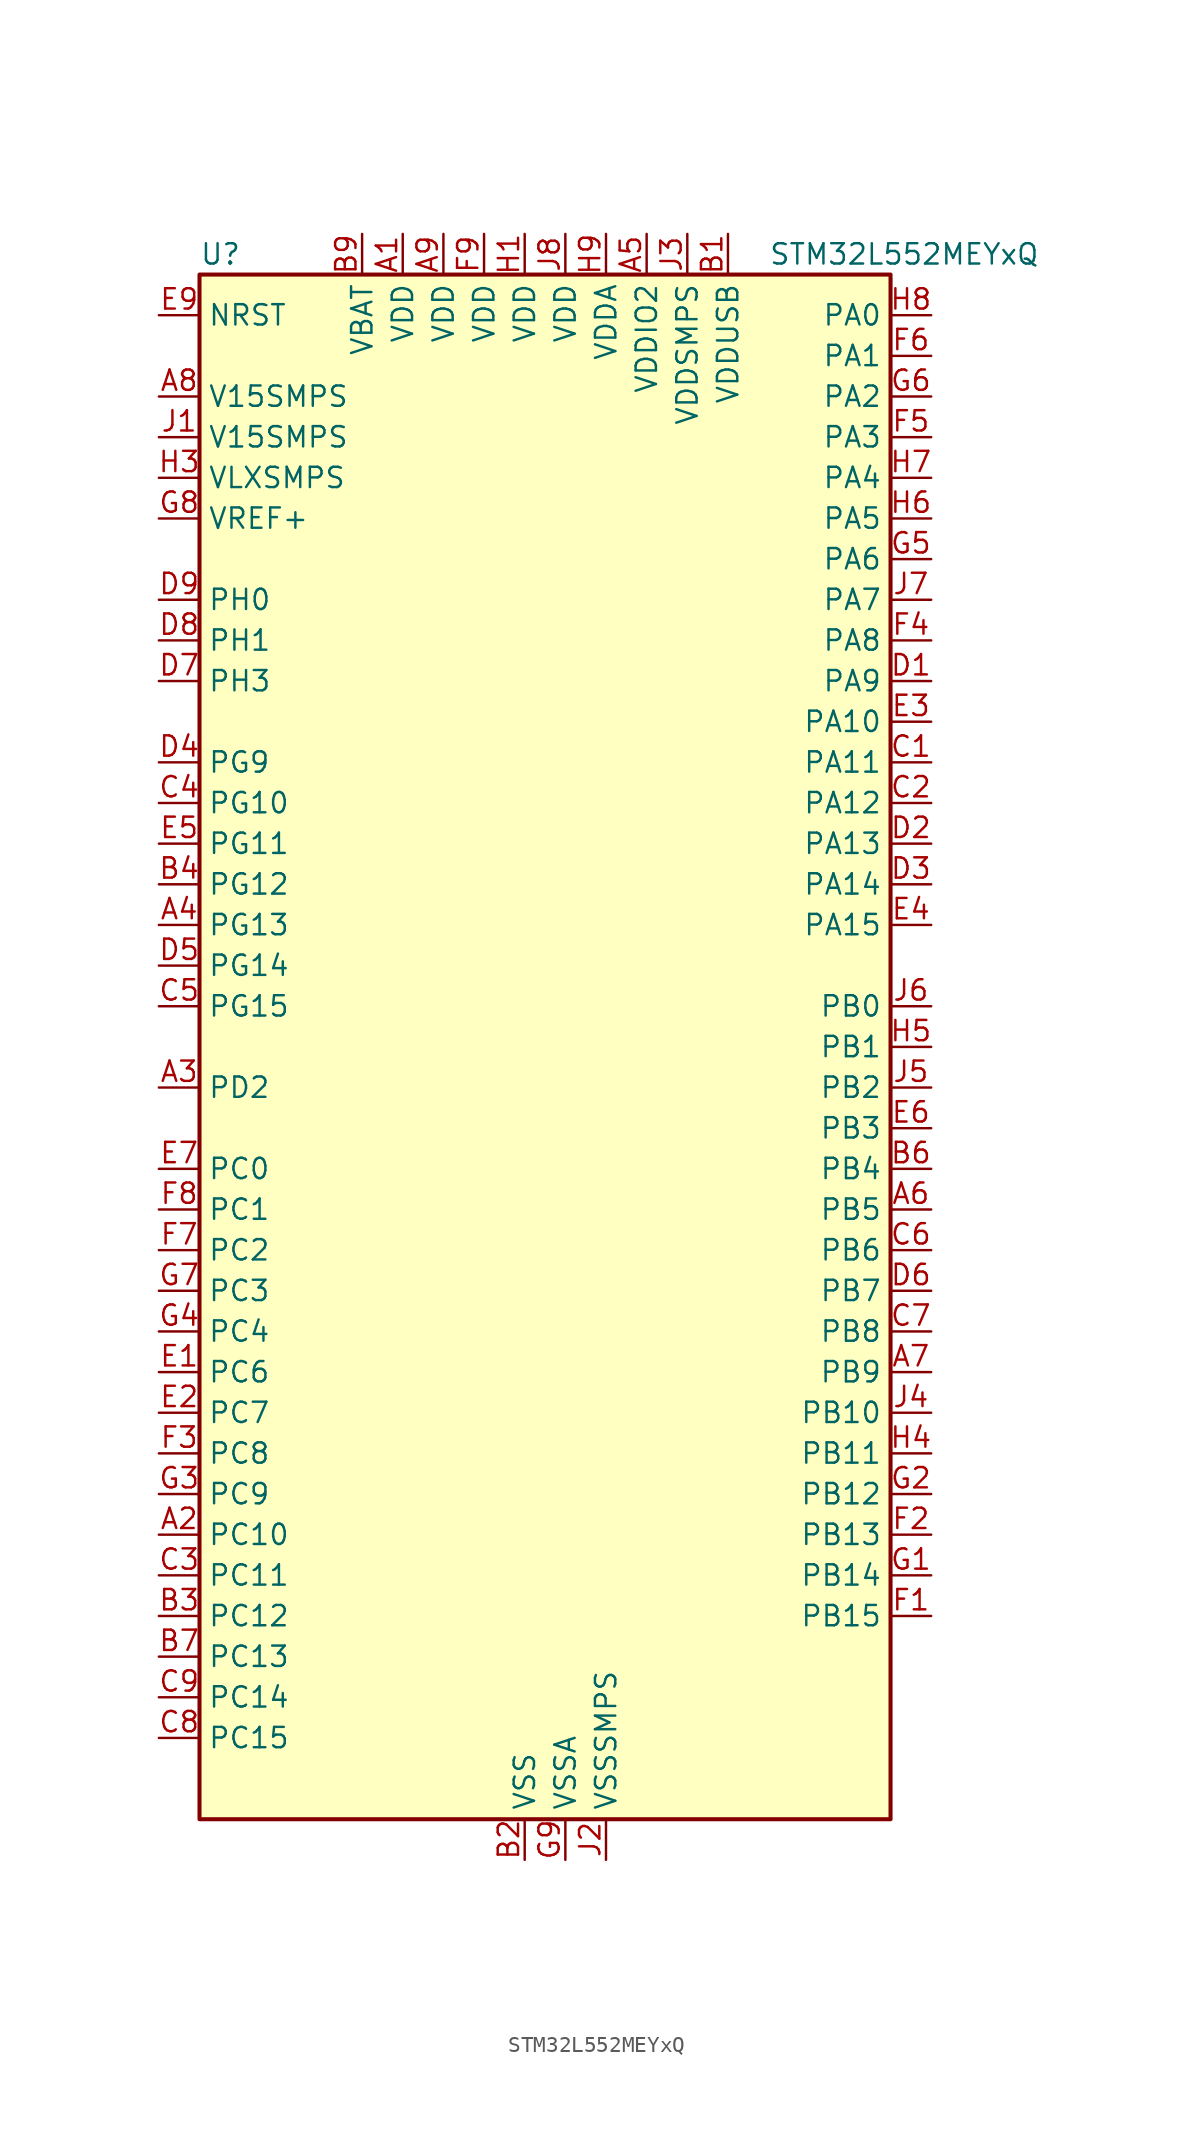
<source format=kicad_sym>
(kicad_symbol_lib
  (version 20231120)
  (generator "kicad_symbol_editor")
  (generator_version "8.0")
  (symbol "STM32L552MEYxQ"
    (property "Reference" "U"
      (at -20.32 49.53 0)
      (effects (font (size 1.27 1.27)) (justify left)))
    (property "Value" "STM32L552MEYxQ"
      (at 15.24 49.53 0)
      (effects (font (size 1.27 1.27)) (justify left)))
    (property "ki_locked" ""
      (at 0 0 0)
      (effects (font (size 1.27 1.27))))
    (symbol "STM32L552MEYxQ_0_1"
      (rectangle (start -20.32 -48.26) (end 22.86 48.26) (stroke (width 0.254) (type default)) (fill (type background))))
    (symbol "STM32L552MEYxQ_1_1"
      (pin power_in line (at -7.62 50.8 270) (length 2.54) (name "VDD" (effects (font (size 1.27 1.27)))) (number "A1" (effects (font (size 1.27 1.27)))))
      (pin bidirectional line (at -22.86 -30.48 0) (length 2.54) (name "PC10" (effects (font (size 1.27 1.27)))) (number "A2" (effects (font (size 1.27 1.27)))) (alternate "DEBUG_TRACED1" bidirectional line) (alternate "LPTIM3_ETR" bidirectional line) (alternate "SAI2_SCK_B" bidirectional line) (alternate "SDMMC1_D2" bidirectional line) (alternate "SPI3_SCK" bidirectional line) (alternate "TSC_G3_IO2" bidirectional line) (alternate "UART4_TX" bidirectional line) (alternate "USART3_TX" bidirectional line))
      (pin bidirectional line (at -22.86 -2.54 0) (length 2.54) (name "PD2" (effects (font (size 1.27 1.27)))) (number "A3" (effects (font (size 1.27 1.27)))) (alternate "DEBUG_TRACED2" bidirectional line) (alternate "SDMMC1_CMD" bidirectional line) (alternate "TIM3_ETR" bidirectional line) (alternate "TSC_SYNC" bidirectional line) (alternate "UART5_RX" bidirectional line) (alternate "USART3_DE" bidirectional line) (alternate "USART3_RTS" bidirectional line))
      (pin bidirectional line (at -22.86 7.62 0) (length 2.54) (name "PG13" (effects (font (size 1.27 1.27)))) (number "A4" (effects (font (size 1.27 1.27)))) (alternate "I2C1_SDA" bidirectional line) (alternate "USART1_CK" bidirectional line))
      (pin power_in line (at 7.62 50.8 270) (length 2.54) (name "VDDIO2" (effects (font (size 1.27 1.27)))) (number "A5" (effects (font (size 1.27 1.27)))))
      (pin bidirectional line (at 25.4 -10.16 180) (length 2.54) (name "PB5" (effects (font (size 1.27 1.27)))) (number "A6" (effects (font (size 1.27 1.27)))) (alternate "COMP2_OUT" bidirectional line) (alternate "I2C1_SMBA" bidirectional line) (alternate "LPTIM1_IN1" bidirectional line) (alternate "OCTOSPI1_NCLK" bidirectional line) (alternate "SAI1_SD_B" bidirectional line) (alternate "SPI1_MOSI" bidirectional line) (alternate "SPI3_MOSI" bidirectional line) (alternate "TIM16_BKIN" bidirectional line) (alternate "TIM3_CH2" bidirectional line) (alternate "TSC_G2_IO2" bidirectional line) (alternate "UART5_CTS" bidirectional line) (alternate "UCPD1_DBCC1" bidirectional line) (alternate "USART1_CK" bidirectional line))
      (pin bidirectional line (at 25.4 -20.32 180) (length 2.54) (name "PB9" (effects (font (size 1.27 1.27)))) (number "A7" (effects (font (size 1.27 1.27)))) (alternate "DAC1_EXTI9" bidirectional line) (alternate "FDCAN1_TX" bidirectional line) (alternate "I2C1_SDA" bidirectional line) (alternate "IR_OUT" bidirectional line) (alternate "SAI1_D2" bidirectional line) (alternate "SAI1_FS_A" bidirectional line) (alternate "SDMMC1_CDIR" bidirectional line) (alternate "SDMMC1_D5" bidirectional line) (alternate "SPI2_NSS" bidirectional line) (alternate "TIM17_CH1" bidirectional line) (alternate "TIM4_CH4" bidirectional line))
      (pin power_in line (at -22.86 40.64 0) (length 2.54) (name "V15SMPS" (effects (font (size 1.27 1.27)))) (number "A8" (effects (font (size 1.27 1.27)))))
      (pin power_in line (at -5.08 50.8 270) (length 2.54) (name "VDD" (effects (font (size 1.27 1.27)))) (number "A9" (effects (font (size 1.27 1.27)))))
      (pin power_in line (at 12.7 50.8 270) (length 2.54) (name "VDDUSB" (effects (font (size 1.27 1.27)))) (number "B1" (effects (font (size 1.27 1.27)))))
      (pin power_in line (at 0 -50.8 90) (length 2.54) (name "VSS" (effects (font (size 1.27 1.27)))) (number "B2" (effects (font (size 1.27 1.27)))))
      (pin bidirectional line (at -22.86 -35.56 0) (length 2.54) (name "PC12" (effects (font (size 1.27 1.27)))) (number "B3" (effects (font (size 1.27 1.27)))) (alternate "DEBUG_TRACED3" bidirectional line) (alternate "SAI2_SD_B" bidirectional line) (alternate "SDMMC1_CK" bidirectional line) (alternate "SPI3_MOSI" bidirectional line) (alternate "TSC_G3_IO4" bidirectional line) (alternate "UART5_TX" bidirectional line) (alternate "USART3_CK" bidirectional line))
      (pin bidirectional line (at -22.86 10.16 0) (length 2.54) (name "PG12" (effects (font (size 1.27 1.27)))) (number "B4" (effects (font (size 1.27 1.27)))) (alternate "LPTIM1_ETR" bidirectional line) (alternate "SAI2_SD_A" bidirectional line) (alternate "SPI3_NSS" bidirectional line) (alternate "USART1_DE" bidirectional line) (alternate "USART1_RTS" bidirectional line))
      (pin passive line (at 0 -50.8 90) (length 2.54) hide (name "VSS" (effects (font (size 1.27 1.27)))) (number "B5" (effects (font (size 1.27 1.27)))))
      (pin bidirectional line (at 25.4 -7.62 180) (length 2.54) (name "PB4" (effects (font (size 1.27 1.27)))) (number "B6" (effects (font (size 1.27 1.27)))) (alternate "COMP2_INP" bidirectional line) (alternate "DEBUG_JTRST" bidirectional line) (alternate "I2C3_SDA" bidirectional line) (alternate "SAI1_MCLK_B" bidirectional line) (alternate "SPI1_MISO" bidirectional line) (alternate "SPI3_MISO" bidirectional line) (alternate "TIM17_BKIN" bidirectional line) (alternate "TIM3_CH1" bidirectional line) (alternate "TSC_G2_IO1" bidirectional line) (alternate "UART5_DE" bidirectional line) (alternate "UART5_RTS" bidirectional line) (alternate "USART1_CTS" bidirectional line) (alternate "USART1_NSS" bidirectional line))
      (pin bidirectional line (at -22.86 -38.1 0) (length 2.54) (name "PC13" (effects (font (size 1.27 1.27)))) (number "B7" (effects (font (size 1.27 1.27)))) (alternate "PWR_WKUP2" bidirectional line) (alternate "RTC_OUT1" bidirectional line) (alternate "RTC_TS" bidirectional line) (alternate "TAMP_IN1" bidirectional line) (alternate "TAMP_OUT2" bidirectional line))
      (pin passive line (at 0 -50.8 90) (length 2.54) hide (name "VSS" (effects (font (size 1.27 1.27)))) (number "B8" (effects (font (size 1.27 1.27)))))
      (pin power_in line (at -10.16 50.8 270) (length 2.54) (name "VBAT" (effects (font (size 1.27 1.27)))) (number "B9" (effects (font (size 1.27 1.27)))))
      (pin bidirectional line (at 25.4 17.78 180) (length 2.54) (name "PA11" (effects (font (size 1.27 1.27)))) (number "C1" (effects (font (size 1.27 1.27)))) (alternate "ADC1_EXTI11" bidirectional line) (alternate "ADC2_EXTI11" bidirectional line) (alternate "FDCAN1_RX" bidirectional line) (alternate "SPI1_MISO" bidirectional line) (alternate "TIM1_BKIN2" bidirectional line) (alternate "TIM1_CH4" bidirectional line) (alternate "USART1_CTS" bidirectional line) (alternate "USART1_NSS" bidirectional line) (alternate "USB_DM" bidirectional line))
      (pin bidirectional line (at 25.4 15.24 180) (length 2.54) (name "PA12" (effects (font (size 1.27 1.27)))) (number "C2" (effects (font (size 1.27 1.27)))) (alternate "FDCAN1_TX" bidirectional line) (alternate "SPI1_MOSI" bidirectional line) (alternate "TIM1_ETR" bidirectional line) (alternate "USART1_DE" bidirectional line) (alternate "USART1_RTS" bidirectional line) (alternate "USB_DP" bidirectional line))
      (pin bidirectional line (at -22.86 -33.02 0) (length 2.54) (name "PC11" (effects (font (size 1.27 1.27)))) (number "C3" (effects (font (size 1.27 1.27)))) (alternate "ADC1_EXTI11" bidirectional line) (alternate "ADC2_EXTI11" bidirectional line) (alternate "LPTIM3_IN1" bidirectional line) (alternate "OCTOSPI1_NCS" bidirectional line) (alternate "SAI2_MCLK_B" bidirectional line) (alternate "SDMMC1_D3" bidirectional line) (alternate "SPI3_MISO" bidirectional line) (alternate "TSC_G3_IO3" bidirectional line) (alternate "UART4_RX" bidirectional line) (alternate "UCPD1_FRSTX2" bidirectional line) (alternate "USART3_RX" bidirectional line))
      (pin bidirectional line (at -22.86 15.24 0) (length 2.54) (name "PG10" (effects (font (size 1.27 1.27)))) (number "C4" (effects (font (size 1.27 1.27)))) (alternate "LPTIM1_IN1" bidirectional line) (alternate "SAI2_FS_A" bidirectional line) (alternate "SPI3_MISO" bidirectional line) (alternate "TIM15_CH1" bidirectional line) (alternate "USART1_RX" bidirectional line))
      (pin bidirectional line (at -22.86 2.54 0) (length 2.54) (name "PG15" (effects (font (size 1.27 1.27)))) (number "C5" (effects (font (size 1.27 1.27)))) (alternate "ADC1_EXTI15" bidirectional line) (alternate "ADC2_EXTI15" bidirectional line) (alternate "I2C1_SMBA" bidirectional line) (alternate "LPTIM1_OUT" bidirectional line))
      (pin bidirectional line (at 25.4 -12.7 180) (length 2.54) (name "PB6" (effects (font (size 1.27 1.27)))) (number "C6" (effects (font (size 1.27 1.27)))) (alternate "COMP2_INP" bidirectional line) (alternate "I2C1_SCL" bidirectional line) (alternate "I2C4_SCL" bidirectional line) (alternate "LPTIM1_ETR" bidirectional line) (alternate "SAI1_FS_B" bidirectional line) (alternate "TIM16_CH1N" bidirectional line) (alternate "TIM4_CH1" bidirectional line) (alternate "TIM8_BKIN2" bidirectional line) (alternate "TSC_G2_IO3" bidirectional line) (alternate "USART1_TX" bidirectional line))
      (pin bidirectional line (at 25.4 -17.78 180) (length 2.54) (name "PB8" (effects (font (size 1.27 1.27)))) (number "C7" (effects (font (size 1.27 1.27)))) (alternate "DFSDM1_CKOUT" bidirectional line) (alternate "FDCAN1_RX" bidirectional line) (alternate "I2C1_SCL" bidirectional line) (alternate "SAI1_CK1" bidirectional line) (alternate "SAI1_MCLK_A" bidirectional line) (alternate "SDMMC1_CKIN" bidirectional line) (alternate "SDMMC1_D4" bidirectional line) (alternate "TIM16_CH1" bidirectional line) (alternate "TIM4_CH3" bidirectional line))
      (pin bidirectional line (at -22.86 -43.18 0) (length 2.54) (name "PC15" (effects (font (size 1.27 1.27)))) (number "C8" (effects (font (size 1.27 1.27)))) (alternate "ADC1_EXTI15" bidirectional line) (alternate "ADC2_EXTI15" bidirectional line) (alternate "RCC_OSC32_OUT" bidirectional line))
      (pin bidirectional line (at -22.86 -40.64 0) (length 2.54) (name "PC14" (effects (font (size 1.27 1.27)))) (number "C9" (effects (font (size 1.27 1.27)))) (alternate "RCC_OSC32_IN" bidirectional line))
      (pin bidirectional line (at 25.4 22.86 180) (length 2.54) (name "PA9" (effects (font (size 1.27 1.27)))) (number "D1" (effects (font (size 1.27 1.27)))) (alternate "DAC1_EXTI9" bidirectional line) (alternate "SAI1_FS_A" bidirectional line) (alternate "SPI2_SCK" bidirectional line) (alternate "TIM15_BKIN" bidirectional line) (alternate "TIM1_CH2" bidirectional line) (alternate "USART1_TX" bidirectional line))
      (pin bidirectional line (at 25.4 12.7 180) (length 2.54) (name "PA13" (effects (font (size 1.27 1.27)))) (number "D2" (effects (font (size 1.27 1.27)))) (alternate "DEBUG_JTMS-SWDIO" bidirectional line) (alternate "IR_OUT" bidirectional line) (alternate "SAI1_SD_B" bidirectional line) (alternate "USB_NOE" bidirectional line))
      (pin bidirectional line (at 25.4 10.16 180) (length 2.54) (name "PA14" (effects (font (size 1.27 1.27)))) (number "D3" (effects (font (size 1.27 1.27)))) (alternate "DEBUG_JTCK-SWCLK" bidirectional line) (alternate "I2C1_SMBA" bidirectional line) (alternate "I2C4_SMBA" bidirectional line) (alternate "LPTIM1_OUT" bidirectional line) (alternate "SAI1_FS_B" bidirectional line))
      (pin bidirectional line (at -22.86 17.78 0) (length 2.54) (name "PG9" (effects (font (size 1.27 1.27)))) (number "D4" (effects (font (size 1.27 1.27)))) (alternate "DAC1_EXTI9" bidirectional line) (alternate "SAI2_SCK_A" bidirectional line) (alternate "SPI3_SCK" bidirectional line) (alternate "TIM15_CH1N" bidirectional line) (alternate "USART1_TX" bidirectional line))
      (pin bidirectional line (at -22.86 5.08 0) (length 2.54) (name "PG14" (effects (font (size 1.27 1.27)))) (number "D5" (effects (font (size 1.27 1.27)))) (alternate "I2C1_SCL" bidirectional line))
      (pin bidirectional line (at 25.4 -15.24 180) (length 2.54) (name "PB7" (effects (font (size 1.27 1.27)))) (number "D6" (effects (font (size 1.27 1.27)))) (alternate "COMP2_INM" bidirectional line) (alternate "I2C1_SDA" bidirectional line) (alternate "I2C4_SDA" bidirectional line) (alternate "LPTIM1_IN2" bidirectional line) (alternate "PWR_PVD_IN" bidirectional line) (alternate "TIM17_CH1N" bidirectional line) (alternate "TIM4_CH2" bidirectional line) (alternate "TIM8_BKIN" bidirectional line) (alternate "TSC_G2_IO4" bidirectional line) (alternate "UART4_CTS" bidirectional line) (alternate "USART1_RX" bidirectional line))
      (pin bidirectional line (at -22.86 22.86 0) (length 2.54) (name "PH3" (effects (font (size 1.27 1.27)))) (number "D7" (effects (font (size 1.27 1.27)))))
      (pin bidirectional line (at -22.86 25.4 0) (length 2.54) (name "PH1" (effects (font (size 1.27 1.27)))) (number "D8" (effects (font (size 1.27 1.27)))) (alternate "RCC_OSC_OUT" bidirectional line))
      (pin bidirectional line (at -22.86 27.94 0) (length 2.54) (name "PH0" (effects (font (size 1.27 1.27)))) (number "D9" (effects (font (size 1.27 1.27)))) (alternate "RCC_OSC_IN" bidirectional line))
      (pin bidirectional line (at -22.86 -20.32 0) (length 2.54) (name "PC6" (effects (font (size 1.27 1.27)))) (number "E1" (effects (font (size 1.27 1.27)))) (alternate "DFSDM1_CKIN3" bidirectional line) (alternate "SAI2_MCLK_A" bidirectional line) (alternate "SDMMC1_D0DIR" bidirectional line) (alternate "SDMMC1_D6" bidirectional line) (alternate "TIM3_CH1" bidirectional line) (alternate "TIM8_CH1" bidirectional line) (alternate "TSC_G4_IO1" bidirectional line))
      (pin bidirectional line (at -22.86 -22.86 0) (length 2.54) (name "PC7" (effects (font (size 1.27 1.27)))) (number "E2" (effects (font (size 1.27 1.27)))) (alternate "DFSDM1_DATIN3" bidirectional line) (alternate "SAI2_MCLK_B" bidirectional line) (alternate "SDMMC1_D123DIR" bidirectional line) (alternate "SDMMC1_D7" bidirectional line) (alternate "TIM3_CH2" bidirectional line) (alternate "TIM8_CH2" bidirectional line) (alternate "TSC_G4_IO2" bidirectional line))
      (pin bidirectional line (at 25.4 20.32 180) (length 2.54) (name "PA10" (effects (font (size 1.27 1.27)))) (number "E3" (effects (font (size 1.27 1.27)))) (alternate "CRS_SYNC" bidirectional line) (alternate "SAI1_D1" bidirectional line) (alternate "SAI1_SD_A" bidirectional line) (alternate "TIM17_BKIN" bidirectional line) (alternate "TIM1_CH3" bidirectional line) (alternate "USART1_RX" bidirectional line))
      (pin bidirectional line (at 25.4 7.62 180) (length 2.54) (name "PA15" (effects (font (size 1.27 1.27)))) (number "E4" (effects (font (size 1.27 1.27)))) (alternate "ADC1_EXTI15" bidirectional line) (alternate "ADC2_EXTI15" bidirectional line) (alternate "DEBUG_JTDI" bidirectional line) (alternate "SAI2_FS_B" bidirectional line) (alternate "SPI1_NSS" bidirectional line) (alternate "SPI3_NSS" bidirectional line) (alternate "TIM2_CH1" bidirectional line) (alternate "TIM2_ETR" bidirectional line) (alternate "UART4_DE" bidirectional line) (alternate "UART4_RTS" bidirectional line) (alternate "UCPD1_CC1" bidirectional line) (alternate "USART2_RX" bidirectional line) (alternate "USART3_DE" bidirectional line) (alternate "USART3_RTS" bidirectional line))
      (pin bidirectional line (at -22.86 12.7 0) (length 2.54) (name "PG11" (effects (font (size 1.27 1.27)))) (number "E5" (effects (font (size 1.27 1.27)))) (alternate "ADC1_EXTI11" bidirectional line) (alternate "ADC2_EXTI11" bidirectional line) (alternate "LPTIM1_IN2" bidirectional line) (alternate "OCTOSPI1_IO5" bidirectional line) (alternate "SAI2_MCLK_A" bidirectional line) (alternate "SPI3_MOSI" bidirectional line) (alternate "TIM15_CH2" bidirectional line) (alternate "USART1_CTS" bidirectional line) (alternate "USART1_NSS" bidirectional line))
      (pin bidirectional line (at 25.4 -5.08 180) (length 2.54) (name "PB3" (effects (font (size 1.27 1.27)))) (number "E6" (effects (font (size 1.27 1.27)))) (alternate "COMP2_INM" bidirectional line) (alternate "CRS_SYNC" bidirectional line) (alternate "DEBUG_JTDO-SWO" bidirectional line) (alternate "SAI1_SCK_B" bidirectional line) (alternate "SPI1_SCK" bidirectional line) (alternate "SPI3_SCK" bidirectional line) (alternate "TIM2_CH2" bidirectional line) (alternate "USART1_DE" bidirectional line) (alternate "USART1_RTS" bidirectional line))
      (pin bidirectional line (at -22.86 -7.62 0) (length 2.54) (name "PC0" (effects (font (size 1.27 1.27)))) (number "E7" (effects (font (size 1.27 1.27)))) (alternate "ADC1_IN1" bidirectional line) (alternate "ADC2_IN1" bidirectional line) (alternate "I2C3_SCL" bidirectional line) (alternate "LPTIM1_IN1" bidirectional line) (alternate "LPTIM2_IN1" bidirectional line) (alternate "LPUART1_RX" bidirectional line) (alternate "OCTOSPI1_IO7" bidirectional line) (alternate "SAI2_FS_A" bidirectional line) (alternate "SDMMC1_D5" bidirectional line))
      (pin passive line (at 0 -50.8 90) (length 2.54) hide (name "VSS" (effects (font (size 1.27 1.27)))) (number "E8" (effects (font (size 1.27 1.27)))))
      (pin input line (at -22.86 45.72 0) (length 2.54) (name "NRST" (effects (font (size 1.27 1.27)))) (number "E9" (effects (font (size 1.27 1.27)))))
      (pin bidirectional line (at 25.4 -35.56 180) (length 2.54) (name "PB15" (effects (font (size 1.27 1.27)))) (number "F1" (effects (font (size 1.27 1.27)))) (alternate "ADC1_EXTI15" bidirectional line) (alternate "ADC2_EXTI15" bidirectional line) (alternate "DFSDM1_CKIN2" bidirectional line) (alternate "RTC_REFIN" bidirectional line) (alternate "SAI2_SD_A" bidirectional line) (alternate "SPI2_MOSI" bidirectional line) (alternate "TIM15_CH2" bidirectional line) (alternate "TIM1_CH3N" bidirectional line) (alternate "TIM8_CH3N" bidirectional line) (alternate "UCPD1_CC2" bidirectional line))
      (pin bidirectional line (at 25.4 -30.48 180) (length 2.54) (name "PB13" (effects (font (size 1.27 1.27)))) (number "F2" (effects (font (size 1.27 1.27)))) (alternate "DFSDM1_CKIN1" bidirectional line) (alternate "I2C2_SCL" bidirectional line) (alternate "LPTIM3_IN1" bidirectional line) (alternate "LPUART1_CTS" bidirectional line) (alternate "SAI2_SCK_A" bidirectional line) (alternate "SPI2_SCK" bidirectional line) (alternate "TIM15_CH1N" bidirectional line) (alternate "TIM1_CH1N" bidirectional line) (alternate "TSC_G1_IO2" bidirectional line) (alternate "UCPD1_FRSTX2" bidirectional line) (alternate "USART3_CTS" bidirectional line) (alternate "USART3_NSS" bidirectional line))
      (pin bidirectional line (at -22.86 -25.4 0) (length 2.54) (name "PC8" (effects (font (size 1.27 1.27)))) (number "F3" (effects (font (size 1.27 1.27)))) (alternate "SDMMC1_D0" bidirectional line) (alternate "TIM3_CH3" bidirectional line) (alternate "TIM8_CH3" bidirectional line) (alternate "TSC_G4_IO3" bidirectional line))
      (pin bidirectional line (at 25.4 25.4 180) (length 2.54) (name "PA8" (effects (font (size 1.27 1.27)))) (number "F4" (effects (font (size 1.27 1.27)))) (alternate "LPTIM2_OUT" bidirectional line) (alternate "RCC_MCO" bidirectional line) (alternate "SAI1_CK2" bidirectional line) (alternate "SAI1_SCK_A" bidirectional line) (alternate "TIM1_CH1" bidirectional line) (alternate "USART1_CK" bidirectional line))
      (pin bidirectional line (at 25.4 38.1 180) (length 2.54) (name "PA3" (effects (font (size 1.27 1.27)))) (number "F5" (effects (font (size 1.27 1.27)))) (alternate "ADC1_IN8" bidirectional line) (alternate "ADC2_IN8" bidirectional line) (alternate "LPUART1_RX" bidirectional line) (alternate "OCTOSPI1_CLK" bidirectional line) (alternate "OPAMP1_VOUT" bidirectional line) (alternate "SAI1_CK1" bidirectional line) (alternate "SAI1_MCLK_A" bidirectional line) (alternate "TIM15_CH2" bidirectional line) (alternate "TIM2_CH4" bidirectional line) (alternate "TIM5_CH4" bidirectional line) (alternate "USART2_RX" bidirectional line))
      (pin bidirectional line (at 25.4 43.18 180) (length 2.54) (name "PA1" (effects (font (size 1.27 1.27)))) (number "F6" (effects (font (size 1.27 1.27)))) (alternate "ADC1_IN6" bidirectional line) (alternate "ADC2_IN6" bidirectional line) (alternate "I2C1_SMBA" bidirectional line) (alternate "OCTOSPI1_DQS" bidirectional line) (alternate "OPAMP1_VINM" bidirectional line) (alternate "SPI1_SCK" bidirectional line) (alternate "TAMP_IN5" bidirectional line) (alternate "TAMP_OUT4" bidirectional line) (alternate "TIM15_CH1N" bidirectional line) (alternate "TIM2_CH2" bidirectional line) (alternate "TIM5_CH2" bidirectional line) (alternate "UART4_RX" bidirectional line) (alternate "USART2_DE" bidirectional line) (alternate "USART2_RTS" bidirectional line))
      (pin bidirectional line (at -22.86 -12.7 0) (length 2.54) (name "PC2" (effects (font (size 1.27 1.27)))) (number "F7" (effects (font (size 1.27 1.27)))) (alternate "ADC1_IN3" bidirectional line) (alternate "ADC2_IN3" bidirectional line) (alternate "DFSDM1_CKOUT" bidirectional line) (alternate "LPTIM1_IN2" bidirectional line) (alternate "OCTOSPI1_IO5" bidirectional line) (alternate "SPI2_MISO" bidirectional line))
      (pin bidirectional line (at -22.86 -10.16 0) (length 2.54) (name "PC1" (effects (font (size 1.27 1.27)))) (number "F8" (effects (font (size 1.27 1.27)))) (alternate "ADC1_IN2" bidirectional line) (alternate "ADC2_IN2" bidirectional line) (alternate "DEBUG_TRACED0" bidirectional line) (alternate "I2C3_SDA" bidirectional line) (alternate "LPTIM1_OUT" bidirectional line) (alternate "LPUART1_TX" bidirectional line) (alternate "OCTOSPI1_IO4" bidirectional line) (alternate "SAI1_SD_A" bidirectional line) (alternate "SPI2_MOSI" bidirectional line))
      (pin power_in line (at -2.54 50.8 270) (length 2.54) (name "VDD" (effects (font (size 1.27 1.27)))) (number "F9" (effects (font (size 1.27 1.27)))))
      (pin bidirectional line (at 25.4 -33.02 180) (length 2.54) (name "PB14" (effects (font (size 1.27 1.27)))) (number "G1" (effects (font (size 1.27 1.27)))) (alternate "DFSDM1_DATIN2" bidirectional line) (alternate "I2C2_SDA" bidirectional line) (alternate "LPTIM3_ETR" bidirectional line) (alternate "SAI2_MCLK_A" bidirectional line) (alternate "SPI2_MISO" bidirectional line) (alternate "TIM15_CH1" bidirectional line) (alternate "TIM1_CH2N" bidirectional line) (alternate "TIM8_CH2N" bidirectional line) (alternate "TSC_G1_IO3" bidirectional line) (alternate "UCPD1_DBCC2" bidirectional line) (alternate "USART3_DE" bidirectional line) (alternate "USART3_RTS" bidirectional line))
      (pin bidirectional line (at 25.4 -27.94 180) (length 2.54) (name "PB12" (effects (font (size 1.27 1.27)))) (number "G2" (effects (font (size 1.27 1.27)))) (alternate "DFSDM1_DATIN1" bidirectional line) (alternate "I2C2_SMBA" bidirectional line) (alternate "LPUART1_DE" bidirectional line) (alternate "LPUART1_RTS" bidirectional line) (alternate "OCTOSPI1_NCLK" bidirectional line) (alternate "SAI2_FS_A" bidirectional line) (alternate "SPI2_NSS" bidirectional line) (alternate "TIM15_BKIN" bidirectional line) (alternate "TIM1_BKIN" bidirectional line) (alternate "TSC_G1_IO1" bidirectional line) (alternate "USART3_CK" bidirectional line))
      (pin bidirectional line (at -22.86 -27.94 0) (length 2.54) (name "PC9" (effects (font (size 1.27 1.27)))) (number "G3" (effects (font (size 1.27 1.27)))) (alternate "DAC1_EXTI9" bidirectional line) (alternate "DEBUG_TRACED0" bidirectional line) (alternate "SAI2_EXTCLK" bidirectional line) (alternate "SDMMC1_D1" bidirectional line) (alternate "TIM3_CH4" bidirectional line) (alternate "TIM8_BKIN2" bidirectional line) (alternate "TIM8_CH4" bidirectional line) (alternate "TSC_G4_IO4" bidirectional line) (alternate "USB_NOE" bidirectional line))
      (pin bidirectional line (at -22.86 -17.78 0) (length 2.54) (name "PC4" (effects (font (size 1.27 1.27)))) (number "G4" (effects (font (size 1.27 1.27)))) (alternate "ADC1_IN13" bidirectional line) (alternate "ADC2_IN13" bidirectional line) (alternate "COMP1_INM" bidirectional line) (alternate "OCTOSPI1_IO7" bidirectional line) (alternate "USART3_TX" bidirectional line))
      (pin bidirectional line (at 25.4 30.48 180) (length 2.54) (name "PA6" (effects (font (size 1.27 1.27)))) (number "G5" (effects (font (size 1.27 1.27)))) (alternate "ADC1_IN11" bidirectional line) (alternate "ADC2_IN11" bidirectional line) (alternate "LPUART1_CTS" bidirectional line) (alternate "OCTOSPI1_IO3" bidirectional line) (alternate "OPAMP2_VINP" bidirectional line) (alternate "SPI1_MISO" bidirectional line) (alternate "TIM16_CH1" bidirectional line) (alternate "TIM1_BKIN" bidirectional line) (alternate "TIM3_CH1" bidirectional line) (alternate "TIM8_BKIN" bidirectional line) (alternate "USART3_CTS" bidirectional line) (alternate "USART3_NSS" bidirectional line))
      (pin bidirectional line (at 25.4 40.64 180) (length 2.54) (name "PA2" (effects (font (size 1.27 1.27)))) (number "G6" (effects (font (size 1.27 1.27)))) (alternate "ADC1_IN7" bidirectional line) (alternate "ADC2_IN7" bidirectional line) (alternate "COMP1_INP" bidirectional line) (alternate "LPUART1_TX" bidirectional line) (alternate "OCTOSPI1_NCS" bidirectional line) (alternate "PWR_WKUP4" bidirectional line) (alternate "RCC_LSCO" bidirectional line) (alternate "SAI2_EXTCLK" bidirectional line) (alternate "TIM15_CH1" bidirectional line) (alternate "TIM2_CH3" bidirectional line) (alternate "TIM5_CH3" bidirectional line) (alternate "UCPD1_FRSTX1" bidirectional line) (alternate "USART2_TX" bidirectional line))
      (pin bidirectional line (at -22.86 -15.24 0) (length 2.54) (name "PC3" (effects (font (size 1.27 1.27)))) (number "G7" (effects (font (size 1.27 1.27)))) (alternate "ADC1_IN4" bidirectional line) (alternate "ADC2_IN4" bidirectional line) (alternate "LPTIM1_ETR" bidirectional line) (alternate "LPTIM2_ETR" bidirectional line) (alternate "LPTIM3_OUT" bidirectional line) (alternate "OCTOSPI1_IO6" bidirectional line) (alternate "SAI1_D1" bidirectional line) (alternate "SAI1_SD_A" bidirectional line) (alternate "SPI2_MOSI" bidirectional line))
      (pin input line (at -22.86 33.02 0) (length 2.54) (name "VREF+" (effects (font (size 1.27 1.27)))) (number "G8" (effects (font (size 1.27 1.27)))) (alternate "VREFBUF_OUT" bidirectional line))
      (pin power_in line (at 2.54 -50.8 90) (length 2.54) (name "VSSA" (effects (font (size 1.27 1.27)))) (number "G9" (effects (font (size 1.27 1.27)))))
      (pin power_in line (at 0 50.8 270) (length 2.54) (name "VDD" (effects (font (size 1.27 1.27)))) (number "H1" (effects (font (size 1.27 1.27)))))
      (pin passive line (at 0 -50.8 90) (length 2.54) hide (name "VSS" (effects (font (size 1.27 1.27)))) (number "H2" (effects (font (size 1.27 1.27)))))
      (pin power_in line (at -22.86 35.56 0) (length 2.54) (name "VLXSMPS" (effects (font (size 1.27 1.27)))) (number "H3" (effects (font (size 1.27 1.27)))))
      (pin bidirectional line (at 25.4 -25.4 180) (length 2.54) (name "PB11" (effects (font (size 1.27 1.27)))) (number "H4" (effects (font (size 1.27 1.27)))) (alternate "ADC1_EXTI11" bidirectional line) (alternate "ADC2_EXTI11" bidirectional line) (alternate "COMP2_OUT" bidirectional line) (alternate "I2C2_SDA" bidirectional line) (alternate "I2C4_SDA" bidirectional line) (alternate "LPUART1_TX" bidirectional line) (alternate "OCTOSPI1_NCS" bidirectional line) (alternate "TIM2_CH4" bidirectional line) (alternate "USART3_RX" bidirectional line))
      (pin bidirectional line (at 25.4 0 180) (length 2.54) (name "PB1" (effects (font (size 1.27 1.27)))) (number "H5" (effects (font (size 1.27 1.27)))) (alternate "ADC1_IN16" bidirectional line) (alternate "ADC2_IN16" bidirectional line) (alternate "COMP1_INM" bidirectional line) (alternate "DFSDM1_DATIN0" bidirectional line) (alternate "LPTIM2_IN1" bidirectional line) (alternate "LPUART1_DE" bidirectional line) (alternate "LPUART1_RTS" bidirectional line) (alternate "OCTOSPI1_IO0" bidirectional line) (alternate "TIM1_CH3N" bidirectional line) (alternate "TIM3_CH4" bidirectional line) (alternate "TIM8_CH3N" bidirectional line) (alternate "USART3_DE" bidirectional line) (alternate "USART3_RTS" bidirectional line))
      (pin bidirectional line (at 25.4 33.02 180) (length 2.54) (name "PA5" (effects (font (size 1.27 1.27)))) (number "H6" (effects (font (size 1.27 1.27)))) (alternate "ADC1_IN10" bidirectional line) (alternate "ADC2_IN10" bidirectional line) (alternate "DAC1_OUT2" bidirectional line) (alternate "LPTIM2_ETR" bidirectional line) (alternate "SPI1_SCK" bidirectional line) (alternate "TIM2_CH1" bidirectional line) (alternate "TIM2_ETR" bidirectional line) (alternate "TIM8_CH1N" bidirectional line))
      (pin bidirectional line (at 25.4 35.56 180) (length 2.54) (name "PA4" (effects (font (size 1.27 1.27)))) (number "H7" (effects (font (size 1.27 1.27)))) (alternate "ADC1_IN9" bidirectional line) (alternate "ADC2_IN9" bidirectional line) (alternate "DAC1_OUT1" bidirectional line) (alternate "LPTIM2_OUT" bidirectional line) (alternate "OCTOSPI1_NCS" bidirectional line) (alternate "SAI1_FS_B" bidirectional line) (alternate "SPI1_NSS" bidirectional line) (alternate "SPI3_NSS" bidirectional line) (alternate "USART2_CK" bidirectional line))
      (pin bidirectional line (at 25.4 45.72 180) (length 2.54) (name "PA0" (effects (font (size 1.27 1.27)))) (number "H8" (effects (font (size 1.27 1.27)))) (alternate "ADC1_IN5" bidirectional line) (alternate "ADC2_IN5" bidirectional line) (alternate "OPAMP1_VINP" bidirectional line) (alternate "PWR_WKUP1" bidirectional line) (alternate "SAI1_EXTCLK" bidirectional line) (alternate "TAMP_IN2" bidirectional line) (alternate "TAMP_OUT1" bidirectional line) (alternate "TIM2_CH1" bidirectional line) (alternate "TIM2_ETR" bidirectional line) (alternate "TIM5_CH1" bidirectional line) (alternate "TIM8_ETR" bidirectional line) (alternate "UART4_TX" bidirectional line) (alternate "USART2_CTS" bidirectional line) (alternate "USART2_NSS" bidirectional line))
      (pin power_in line (at 5.08 50.8 270) (length 2.54) (name "VDDA" (effects (font (size 1.27 1.27)))) (number "H9" (effects (font (size 1.27 1.27)))))
      (pin power_in line (at -22.86 38.1 0) (length 2.54) (name "V15SMPS" (effects (font (size 1.27 1.27)))) (number "J1" (effects (font (size 1.27 1.27)))))
      (pin power_in line (at 5.08 -50.8 90) (length 2.54) (name "VSSSMPS" (effects (font (size 1.27 1.27)))) (number "J2" (effects (font (size 1.27 1.27)))))
      (pin power_in line (at 10.16 50.8 270) (length 2.54) (name "VDDSMPS" (effects (font (size 1.27 1.27)))) (number "J3" (effects (font (size 1.27 1.27)))))
      (pin bidirectional line (at 25.4 -22.86 180) (length 2.54) (name "PB10" (effects (font (size 1.27 1.27)))) (number "J4" (effects (font (size 1.27 1.27)))) (alternate "COMP1_OUT" bidirectional line) (alternate "I2C2_SCL" bidirectional line) (alternate "I2C4_SCL" bidirectional line) (alternate "LPTIM3_OUT" bidirectional line) (alternate "LPUART1_RX" bidirectional line) (alternate "OCTOSPI1_CLK" bidirectional line) (alternate "SAI1_SCK_A" bidirectional line) (alternate "SPI2_SCK" bidirectional line) (alternate "TIM2_CH3" bidirectional line) (alternate "TSC_SYNC" bidirectional line) (alternate "USART3_TX" bidirectional line))
      (pin bidirectional line (at 25.4 -2.54 180) (length 2.54) (name "PB2" (effects (font (size 1.27 1.27)))) (number "J5" (effects (font (size 1.27 1.27)))) (alternate "COMP1_INP" bidirectional line) (alternate "DFSDM1_CKIN0" bidirectional line) (alternate "I2C3_SMBA" bidirectional line) (alternate "LPTIM1_OUT" bidirectional line) (alternate "OCTOSPI1_DQS" bidirectional line) (alternate "RTC_OUT2" bidirectional line) (alternate "UCPD1_FRSTX1" bidirectional line))
      (pin bidirectional line (at 25.4 2.54 180) (length 2.54) (name "PB0" (effects (font (size 1.27 1.27)))) (number "J6" (effects (font (size 1.27 1.27)))) (alternate "ADC1_IN15" bidirectional line) (alternate "ADC2_IN15" bidirectional line) (alternate "COMP1_OUT" bidirectional line) (alternate "OCTOSPI1_IO1" bidirectional line) (alternate "OPAMP2_VOUT" bidirectional line) (alternate "SAI1_EXTCLK" bidirectional line) (alternate "SPI1_NSS" bidirectional line) (alternate "TIM1_CH2N" bidirectional line) (alternate "TIM3_CH3" bidirectional line) (alternate "TIM8_CH2N" bidirectional line) (alternate "USART3_CK" bidirectional line))
      (pin bidirectional line (at 25.4 27.94 180) (length 2.54) (name "PA7" (effects (font (size 1.27 1.27)))) (number "J7" (effects (font (size 1.27 1.27)))) (alternate "ADC1_IN12" bidirectional line) (alternate "ADC2_IN12" bidirectional line) (alternate "I2C3_SCL" bidirectional line) (alternate "OCTOSPI1_IO2" bidirectional line) (alternate "OPAMP2_VINM" bidirectional line) (alternate "SPI1_MOSI" bidirectional line) (alternate "TIM17_CH1" bidirectional line) (alternate "TIM1_CH1N" bidirectional line) (alternate "TIM3_CH2" bidirectional line) (alternate "TIM8_CH1N" bidirectional line))
      (pin power_in line (at 2.54 50.8 270) (length 2.54) (name "VDD" (effects (font (size 1.27 1.27)))) (number "J8" (effects (font (size 1.27 1.27)))))
      (pin passive line (at 0 -50.8 90) (length 2.54) hide (name "VSS" (effects (font (size 1.27 1.27)))) (number "J9" (effects (font (size 1.27 1.27))))))))
</source>
